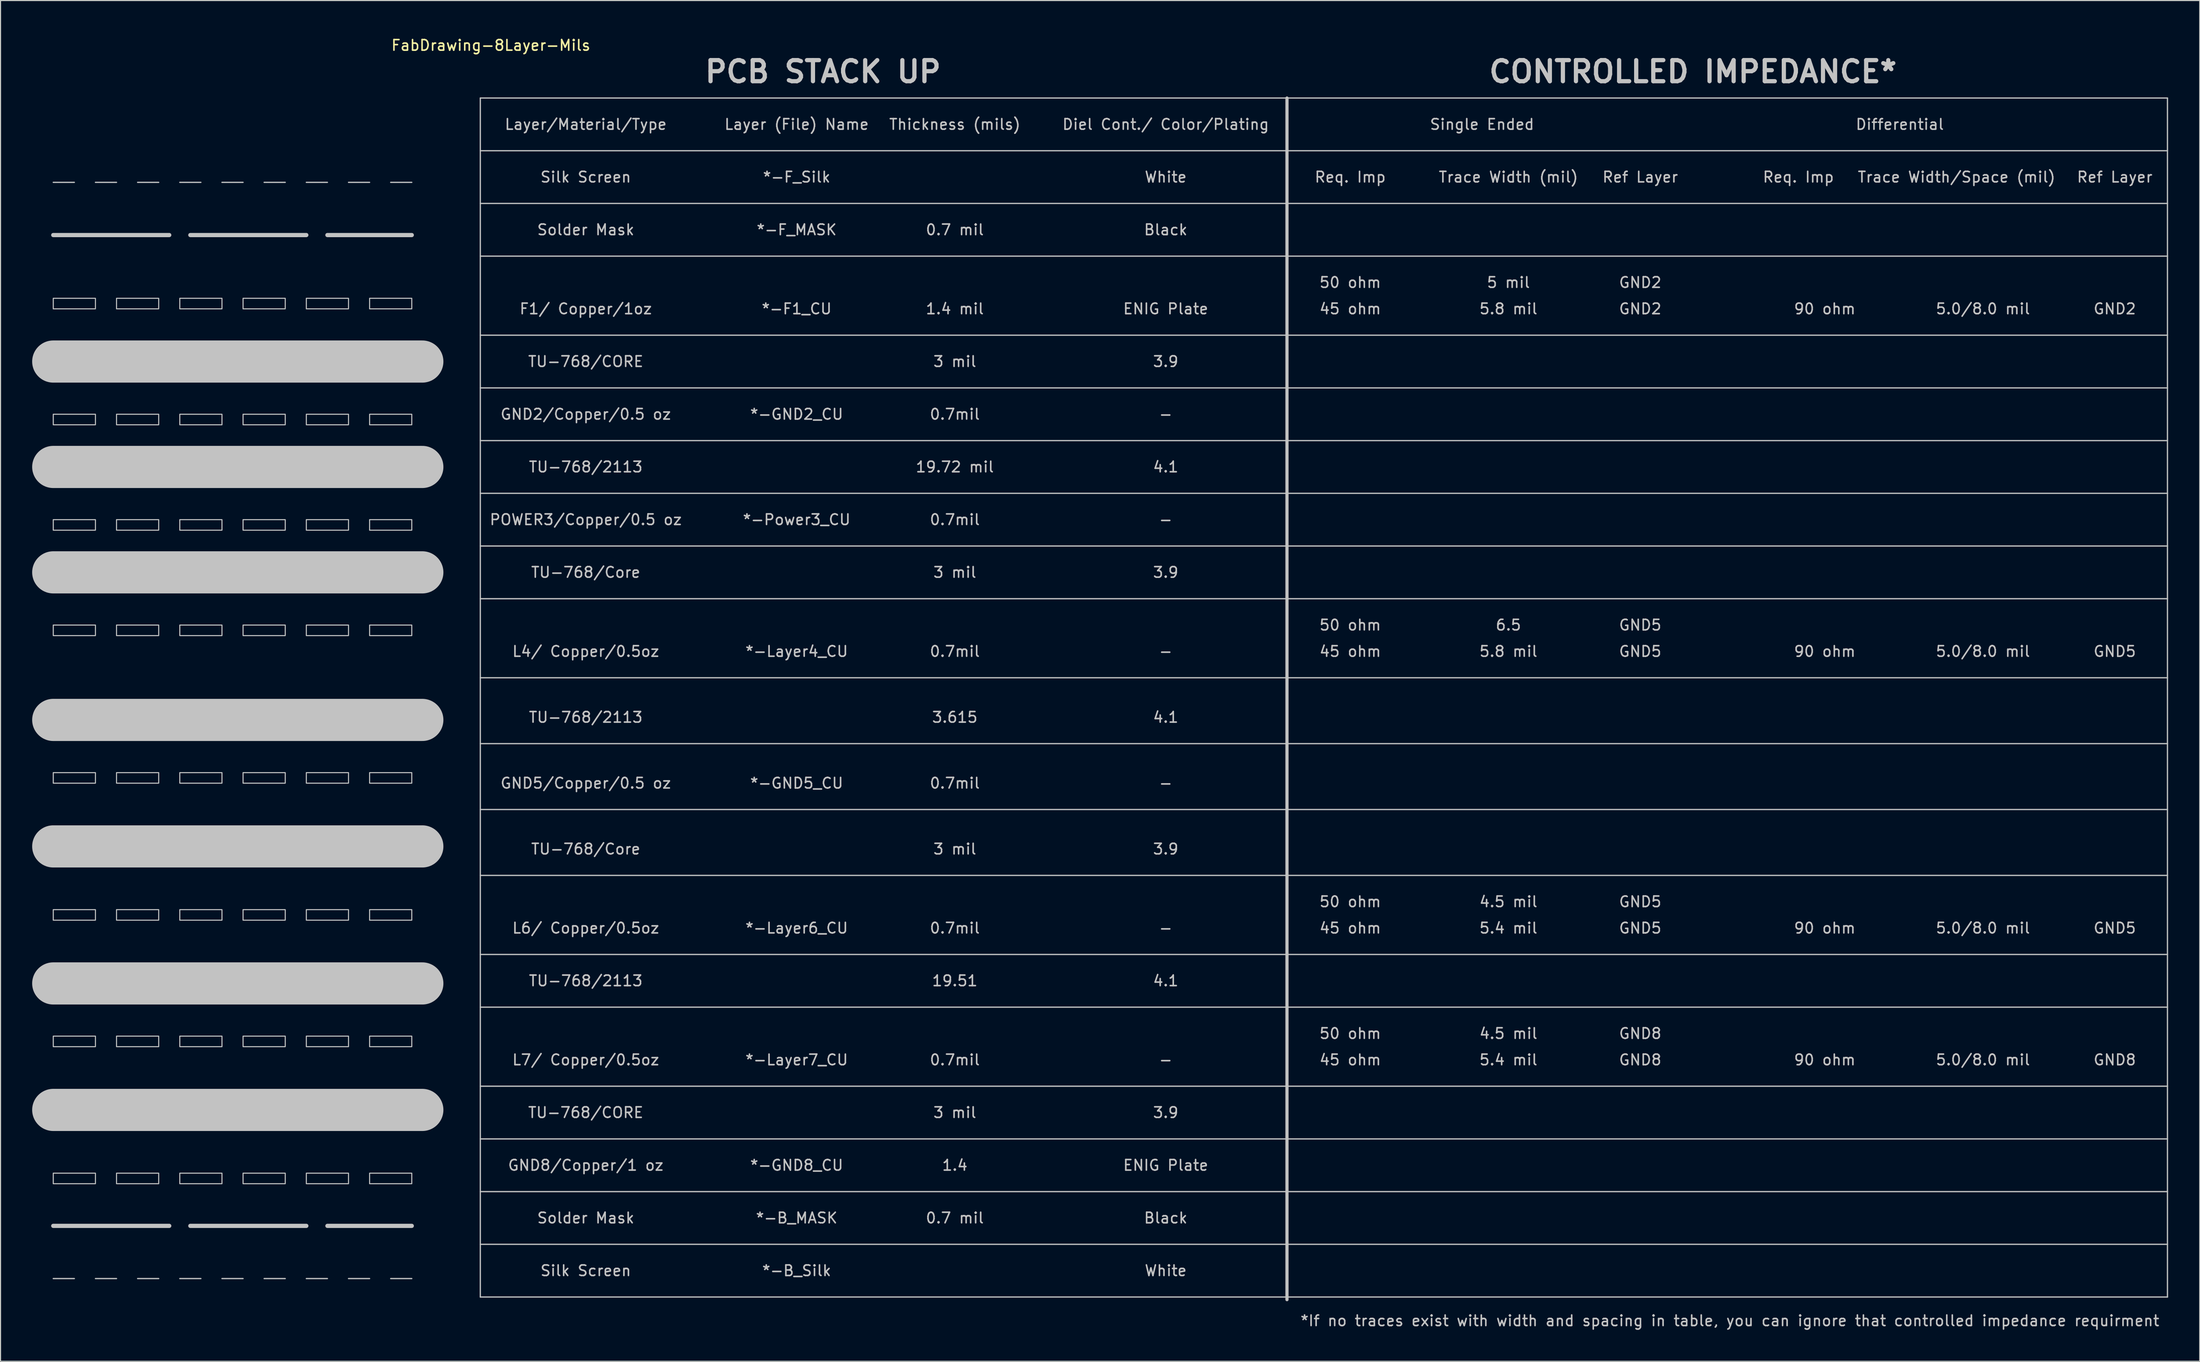
<source format=kicad_pcb>
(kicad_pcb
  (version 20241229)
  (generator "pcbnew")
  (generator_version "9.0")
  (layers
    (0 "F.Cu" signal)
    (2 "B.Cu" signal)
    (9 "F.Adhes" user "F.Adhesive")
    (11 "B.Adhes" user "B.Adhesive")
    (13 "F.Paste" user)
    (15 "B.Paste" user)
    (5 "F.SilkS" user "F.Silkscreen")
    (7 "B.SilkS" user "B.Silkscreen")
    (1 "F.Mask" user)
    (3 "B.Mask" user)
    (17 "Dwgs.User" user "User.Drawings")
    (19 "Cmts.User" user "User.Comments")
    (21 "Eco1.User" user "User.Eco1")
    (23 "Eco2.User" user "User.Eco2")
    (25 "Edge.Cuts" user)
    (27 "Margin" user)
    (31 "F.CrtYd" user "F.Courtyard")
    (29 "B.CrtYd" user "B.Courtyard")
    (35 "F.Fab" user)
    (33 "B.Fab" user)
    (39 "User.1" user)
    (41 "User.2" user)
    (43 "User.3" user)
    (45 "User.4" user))
  (footprint "FabDrawing-8Layer-Mils"
    (layer "F.Cu")
    (at 41 0.25)
    (property "Reference" "FabDrawing-8Layer-Mils" (at 2.5 1 0) (layer "F.SilkS") (effects (font (size 1 1) (thickness 0.15))))
    (attr exclude_from_pos_files exclude_from_bom)
    (fp_line (start -39 19) (end -28 19) (stroke (width 0.4) (type solid)) (layer "Dwgs.User"))
    (fp_line (start -39 113) (end -28 113) (stroke (width 0.4) (type solid)) (layer "Dwgs.User"))
    (fp_line (start -37 14) (end -39 14) (stroke (width 0.12) (type solid)) (layer "Dwgs.User"))
    (fp_line (start -37 118) (end -39 118) (stroke (width 0.12) (type solid)) (layer "Dwgs.User"))
    (fp_line (start -33 14) (end -35 14) (stroke (width 0.12) (type solid)) (layer "Dwgs.User"))
    (fp_line (start -33 118) (end -35 118) (stroke (width 0.12) (type solid)) (layer "Dwgs.User"))
    (fp_line (start -29 14) (end -31 14) (stroke (width 0.12) (type solid)) (layer "Dwgs.User"))
    (fp_line (start -29 118) (end -31 118) (stroke (width 0.12) (type solid)) (layer "Dwgs.User"))
    (fp_line (start -26 19) (end -15 19) (stroke (width 0.4) (type solid)) (layer "Dwgs.User"))
    (fp_line (start -26 113) (end -15 113) (stroke (width 0.4) (type solid)) (layer "Dwgs.User"))
    (fp_line (start -25 14) (end -27 14) (stroke (width 0.12) (type solid)) (layer "Dwgs.User"))
    (fp_line (start -25 118) (end -27 118) (stroke (width 0.12) (type solid)) (layer "Dwgs.User"))
    (fp_line (start -21 14) (end -23 14) (stroke (width 0.12) (type solid)) (layer "Dwgs.User"))
    (fp_line (start -21 118) (end -23 118) (stroke (width 0.12) (type solid)) (layer "Dwgs.User"))
    (fp_line (start -17 14) (end -19 14) (stroke (width 0.12) (type solid)) (layer "Dwgs.User"))
    (fp_line (start -17 118) (end -19 118) (stroke (width 0.12) (type solid)) (layer "Dwgs.User"))
    (fp_line (start -13 14) (end -15 14) (stroke (width 0.12) (type solid)) (layer "Dwgs.User"))
    (fp_line (start -13 19) (end -5 19) (stroke (width 0.4) (type solid)) (layer "Dwgs.User"))
    (fp_line (start -13 113) (end -5 113) (stroke (width 0.4) (type solid)) (layer "Dwgs.User"))
    (fp_line (start -13 118) (end -15 118) (stroke (width 0.12) (type solid)) (layer "Dwgs.User"))
    (fp_line (start -9 14) (end -11 14) (stroke (width 0.12) (type solid)) (layer "Dwgs.User"))
    (fp_line (start -9 118) (end -11 118) (stroke (width 0.12) (type solid)) (layer "Dwgs.User"))
    (fp_line (start -5 14) (end -7 14) (stroke (width 0.12) (type solid)) (layer "Dwgs.User"))
    (fp_line (start -5 118) (end -7 118) (stroke (width 0.12) (type solid)) (layer "Dwgs.User"))
    (fp_line (start -4 31) (end -39 31) (stroke (width 4) (type solid)) (layer "Dwgs.User"))
    (fp_line (start -4 41) (end -39 41) (stroke (width 4) (type solid)) (layer "Dwgs.User"))
    (fp_line (start -4 51) (end -39 51) (stroke (width 4) (type solid)) (layer "Dwgs.User"))
    (fp_line (start -4 65) (end -39 65) (stroke (width 4) (type solid)) (layer "Dwgs.User"))
    (fp_line (start -4 77) (end -39 77) (stroke (width 4) (type solid)) (layer "Dwgs.User"))
    (fp_line (start -4 90) (end -39 90) (stroke (width 4) (type solid)) (layer "Dwgs.User"))
    (fp_line (start -4 102) (end -39 102) (stroke (width 4) (type solid)) (layer "Dwgs.User"))
    (fp_line (start 1.5 6) (end 1.5 119.75) (stroke (width 0.12) (type solid)) (layer "Dwgs.User"))
    (fp_line (start 1.5 6) (end 161.5 6) (stroke (width 0.12) (type solid)) (layer "Dwgs.User"))
    (fp_line (start 1.5 11) (end 161.5 11) (stroke (width 0.12) (type solid)) (layer "Dwgs.User"))
    (fp_line (start 1.5 16) (end 161.5 16) (stroke (width 0.12) (type solid)) (layer "Dwgs.User"))
    (fp_line (start 1.5 21) (end 161.5 21) (stroke (width 0.12) (type solid)) (layer "Dwgs.User"))
    (fp_line (start 1.5 28.5) (end 161.5 28.5) (stroke (width 0.12) (type solid)) (layer "Dwgs.User"))
    (fp_line (start 1.5 33.5) (end 161.5 33.5) (stroke (width 0.12) (type solid)) (layer "Dwgs.User"))
    (fp_line (start 1.5 38.5) (end 161.5 38.5) (stroke (width 0.12) (type solid)) (layer "Dwgs.User"))
    (fp_line (start 1.5 43.5) (end 161.5 43.5) (stroke (width 0.12) (type solid)) (layer "Dwgs.User"))
    (fp_line (start 1.5 48.5) (end 161.5 48.5) (stroke (width 0.12) (type solid)) (layer "Dwgs.User"))
    (fp_line (start 1.5 53.5) (end 161.5 53.5) (stroke (width 0.12) (type solid)) (layer "Dwgs.User"))
    (fp_line (start 1.5 61) (end 161.5 61) (stroke (width 0.12) (type solid)) (layer "Dwgs.User"))
    (fp_line (start 1.5 67.25) (end 161.5 67.25) (stroke (width 0.12) (type solid)) (layer "Dwgs.User"))
    (fp_line (start 1.5 73.5) (end 161.5 73.5) (stroke (width 0.12) (type solid)) (layer "Dwgs.User"))
    (fp_line (start 1.5 79.75) (end 161.5 79.75) (stroke (width 0.12) (type solid)) (layer "Dwgs.User"))
    (fp_line (start 1.5 87.25) (end 161.5 87.25) (stroke (width 0.12) (type solid)) (layer "Dwgs.User"))
    (fp_line (start 1.5 92.25) (end 161.5 92.25) (stroke (width 0.12) (type solid)) (layer "Dwgs.User"))
    (fp_line (start 1.5 99.75) (end 161.5 99.75) (stroke (width 0.12) (type solid)) (layer "Dwgs.User"))
    (fp_line (start 1.5 104.75) (end 161.5 104.75) (stroke (width 0.12) (type solid)) (layer "Dwgs.User"))
    (fp_line (start 1.5 109.75) (end 161.5 109.75) (stroke (width 0.12) (type solid)) (layer "Dwgs.User"))
    (fp_line (start 1.5 114.75) (end 161.5 114.75) (stroke (width 0.12) (type solid)) (layer "Dwgs.User"))
    (fp_line (start 1.5 119.75) (end 161.5 119.75) (stroke (width 0.12) (type solid)) (layer "Dwgs.User"))
    (fp_line (start 78 6) (end 78 120) (stroke (width 0.3) (type solid)) (layer "Dwgs.User"))
    (fp_line (start 161.5 6) (end 161.5 119.75) (stroke (width 0.12) (type solid)) (layer "Dwgs.User"))
    (fp_poly (pts (xy -35 26) (xy -39 26) (xy -39 25) (xy -35 25)) (stroke (width 0.1) (type solid)) (fill no) (layer "Dwgs.User"))
    (fp_poly (pts (xy -35 37) (xy -39 37) (xy -39 36) (xy -35 36)) (stroke (width 0.1) (type solid)) (fill no) (layer "Dwgs.User"))
    (fp_poly (pts (xy -35 47) (xy -39 47) (xy -39 46) (xy -35 46)) (stroke (width 0.1) (type solid)) (fill no) (layer "Dwgs.User"))
    (fp_poly (pts (xy -35 57) (xy -39 57) (xy -39 56) (xy -35 56)) (stroke (width 0.1) (type solid)) (fill no) (layer "Dwgs.User"))
    (fp_poly (pts (xy -35 71) (xy -39 71) (xy -39 70) (xy -35 70)) (stroke (width 0.1) (type solid)) (fill no) (layer "Dwgs.User"))
    (fp_poly (pts (xy -35 84) (xy -39 84) (xy -39 83) (xy -35 83)) (stroke (width 0.1) (type solid)) (fill no) (layer "Dwgs.User"))
    (fp_poly (pts (xy -35 96) (xy -39 96) (xy -39 95) (xy -35 95)) (stroke (width 0.1) (type solid)) (fill no) (layer "Dwgs.User"))
    (fp_poly (pts (xy -35 109) (xy -39 109) (xy -39 108) (xy -35 108)) (stroke (width 0.1) (type solid)) (fill no) (layer "Dwgs.User"))
    (fp_poly (pts (xy -29 26) (xy -33 26) (xy -33 25) (xy -29 25)) (stroke (width 0.1) (type solid)) (fill no) (layer "Dwgs.User"))
    (fp_poly (pts (xy -29 37) (xy -33 37) (xy -33 36) (xy -29 36)) (stroke (width 0.1) (type solid)) (fill no) (layer "Dwgs.User"))
    (fp_poly (pts (xy -29 47) (xy -33 47) (xy -33 46) (xy -29 46)) (stroke (width 0.1) (type solid)) (fill no) (layer "Dwgs.User"))
    (fp_poly (pts (xy -29 57) (xy -33 57) (xy -33 56) (xy -29 56)) (stroke (width 0.1) (type solid)) (fill no) (layer "Dwgs.User"))
    (fp_poly (pts (xy -29 71) (xy -33 71) (xy -33 70) (xy -29 70)) (stroke (width 0.1) (type solid)) (fill no) (layer "Dwgs.User"))
    (fp_poly (pts (xy -29 84) (xy -33 84) (xy -33 83) (xy -29 83)) (stroke (width 0.1) (type solid)) (fill no) (layer "Dwgs.User"))
    (fp_poly (pts (xy -29 96) (xy -33 96) (xy -33 95) (xy -29 95)) (stroke (width 0.1) (type solid)) (fill no) (layer "Dwgs.User"))
    (fp_poly (pts (xy -29 109) (xy -33 109) (xy -33 108) (xy -29 108)) (stroke (width 0.1) (type solid)) (fill no) (layer "Dwgs.User"))
    (fp_poly (pts (xy -23 26) (xy -27 26) (xy -27 25) (xy -23 25)) (stroke (width 0.1) (type solid)) (fill no) (layer "Dwgs.User"))
    (fp_poly (pts (xy -23 37) (xy -27 37) (xy -27 36) (xy -23 36)) (stroke (width 0.1) (type solid)) (fill no) (layer "Dwgs.User"))
    (fp_poly (pts (xy -23 47) (xy -27 47) (xy -27 46) (xy -23 46)) (stroke (width 0.1) (type solid)) (fill no) (layer "Dwgs.User"))
    (fp_poly (pts (xy -23 57) (xy -27 57) (xy -27 56) (xy -23 56)) (stroke (width 0.1) (type solid)) (fill no) (layer "Dwgs.User"))
    (fp_poly (pts (xy -23 71) (xy -27 71) (xy -27 70) (xy -23 70)) (stroke (width 0.1) (type solid)) (fill no) (layer "Dwgs.User"))
    (fp_poly (pts (xy -23 84) (xy -27 84) (xy -27 83) (xy -23 83)) (stroke (width 0.1) (type solid)) (fill no) (layer "Dwgs.User"))
    (fp_poly (pts (xy -23 96) (xy -27 96) (xy -27 95) (xy -23 95)) (stroke (width 0.1) (type solid)) (fill no) (layer "Dwgs.User"))
    (fp_poly (pts (xy -23 109) (xy -27 109) (xy -27 108) (xy -23 108)) (stroke (width 0.1) (type solid)) (fill no) (layer "Dwgs.User"))
    (fp_poly (pts (xy -17 26) (xy -21 26) (xy -21 25) (xy -17 25)) (stroke (width 0.1) (type solid)) (fill no) (layer "Dwgs.User"))
    (fp_poly (pts (xy -17 37) (xy -21 37) (xy -21 36) (xy -17 36)) (stroke (width 0.1) (type solid)) (fill no) (layer "Dwgs.User"))
    (fp_poly (pts (xy -17 47) (xy -21 47) (xy -21 46) (xy -17 46)) (stroke (width 0.1) (type solid)) (fill no) (layer "Dwgs.User"))
    (fp_poly (pts (xy -17 57) (xy -21 57) (xy -21 56) (xy -17 56)) (stroke (width 0.1) (type solid)) (fill no) (layer "Dwgs.User"))
    (fp_poly (pts (xy -17 71) (xy -21 71) (xy -21 70) (xy -17 70)) (stroke (width 0.1) (type solid)) (fill no) (layer "Dwgs.User"))
    (fp_poly (pts (xy -17 84) (xy -21 84) (xy -21 83) (xy -17 83)) (stroke (width 0.1) (type solid)) (fill no) (layer "Dwgs.User"))
    (fp_poly (pts (xy -17 96) (xy -21 96) (xy -21 95) (xy -17 95)) (stroke (width 0.1) (type solid)) (fill no) (layer "Dwgs.User"))
    (fp_poly (pts (xy -17 109) (xy -21 109) (xy -21 108) (xy -17 108)) (stroke (width 0.1) (type solid)) (fill no) (layer "Dwgs.User"))
    (fp_poly (pts (xy -11 26) (xy -15 26) (xy -15 25) (xy -11 25)) (stroke (width 0.1) (type solid)) (fill no) (layer "Dwgs.User"))
    (fp_poly (pts (xy -11 37) (xy -15 37) (xy -15 36) (xy -11 36)) (stroke (width 0.1) (type solid)) (fill no) (layer "Dwgs.User"))
    (fp_poly (pts (xy -11 47) (xy -15 47) (xy -15 46) (xy -11 46)) (stroke (width 0.1) (type solid)) (fill no) (layer "Dwgs.User"))
    (fp_poly (pts (xy -11 57) (xy -15 57) (xy -15 56) (xy -11 56)) (stroke (width 0.1) (type solid)) (fill no) (layer "Dwgs.User"))
    (fp_poly (pts (xy -11 71) (xy -15 71) (xy -15 70) (xy -11 70)) (stroke (width 0.1) (type solid)) (fill no) (layer "Dwgs.User"))
    (fp_poly (pts (xy -11 84) (xy -15 84) (xy -15 83) (xy -11 83)) (stroke (width 0.1) (type solid)) (fill no) (layer "Dwgs.User"))
    (fp_poly (pts (xy -11 96) (xy -15 96) (xy -15 95) (xy -11 95)) (stroke (width 0.1) (type solid)) (fill no) (layer "Dwgs.User"))
    (fp_poly (pts (xy -11 109) (xy -15 109) (xy -15 108) (xy -11 108)) (stroke (width 0.1) (type solid)) (fill no) (layer "Dwgs.User"))
    (fp_poly (pts (xy -5 26) (xy -9 26) (xy -9 25) (xy -5 25)) (stroke (width 0.1) (type solid)) (fill no) (layer "Dwgs.User"))
    (fp_poly (pts (xy -5 37) (xy -9 37) (xy -9 36) (xy -5 36)) (stroke (width 0.1) (type solid)) (fill no) (layer "Dwgs.User"))
    (fp_poly (pts (xy -5 47) (xy -9 47) (xy -9 46) (xy -5 46)) (stroke (width 0.1) (type solid)) (fill no) (layer "Dwgs.User"))
    (fp_poly (pts (xy -5 57) (xy -9 57) (xy -9 56) (xy -5 56)) (stroke (width 0.1) (type solid)) (fill no) (layer "Dwgs.User"))
    (fp_poly (pts (xy -5 71) (xy -9 71) (xy -9 70) (xy -5 70)) (stroke (width 0.1) (type solid)) (fill no) (layer "Dwgs.User"))
    (fp_poly (pts (xy -5 84) (xy -9 84) (xy -9 83) (xy -5 83)) (stroke (width 0.1) (type solid)) (fill no) (layer "Dwgs.User"))
    (fp_poly (pts (xy -5 96) (xy -9 96) (xy -9 95) (xy -5 95)) (stroke (width 0.1) (type solid)) (fill no) (layer "Dwgs.User"))
    (fp_poly (pts (xy -5 109) (xy -9 109) (xy -9 108) (xy -5 108)) (stroke (width 0.1) (type solid)) (fill no) (layer "Dwgs.User"))
    (fp_text user "Silk Screen" (at 11.5 13.5 0) (layer "Dwgs.User") (effects (font (size 1 1) (thickness 0.15))))
    (fp_text user "0.7mil" (at 46.5 71 0) (layer "Dwgs.User") (effects (font (size 1 1) (thickness 0.15))))
    (fp_text user "*If no traces exist with width and spacing in table, you can ignore that controlled impedance requirment" (at 120 122 0) (layer "Dwgs.User") (effects (font (size 1 1) (thickness 0.15))))
    (fp_text user "Layer/Material/Type" (at 11.5 8.5 0) (layer "Dwgs.User") (effects (font (size 1 1) (thickness 0.15))))
    (fp_text user "Solder Mask" (at 11.5 112.25 0) (layer "Dwgs.User") (effects (font (size 1 1) (thickness 0.15))))
    (fp_text user "Trace Width/Space (mil)" (at 141.5 13.5 0) (layer "Dwgs.User") (effects (font (size 1 1) (thickness 0.15))))
    (fp_text user "45 ohm" (at 84 84.75 0) (layer "Dwgs.User") (effects (font (size 1 1) (thickness 0.15))))
    (fp_text user "Ref Layer" (at 156.5 13.5 0) (layer "Dwgs.User") (effects (font (size 1 1) (thickness 0.15))))
    (fp_text user "*-Power3_CU" (at 31.5 46 0) (layer "Dwgs.User") (effects (font (size 1 1) (thickness 0.15))))
    (fp_text user "GND8" (at 111.5 94.75 0) (layer "Dwgs.User") (effects (font (size 1 1) (thickness 0.15))))
    (fp_text user "3 mil" (at 46.5 77.25 0) (layer "Dwgs.User") (effects (font (size 1 1) (thickness 0.15))))
    (fp_text user "Differential " (at 136.5 8.5 0) (layer "Dwgs.User") (effects (font (size 1 1) (thickness 0.15))))
    (fp_text user "Layer (File) Name" (at 31.5 8.5 0) (layer "Dwgs.User") (effects (font (size 1 1) (thickness 0.15))))
    (fp_text user "*-B_MASK" (at 31.5 112.25 0) (layer "Dwgs.User") (effects (font (size 1 1) (thickness 0.15))))
    (fp_text user "GND2" (at 111.5 23.5 0) (layer "Dwgs.User") (effects (font (size 1 1) (thickness 0.15))))
    (fp_text user "GND2" (at 111.5 26 0) (layer "Dwgs.User") (effects (font (size 1 1) (thickness 0.15))))
    (fp_text user "90 ohm" (at 129 84.75 0) (layer "Dwgs.User") (effects (font (size 1 1) (thickness 0.15))))
    (fp_text user "0.7mil" (at 46.5 97.25 0) (layer "Dwgs.User") (effects (font (size 1 1) (thickness 0.15))))
    (fp_text user "4.1" (at 66.5 41 0) (layer "Dwgs.User") (effects (font (size 1 1) (thickness 0.15))))
    (fp_text user "Req. Imp" (at 126.5 13.5 0) (layer "Dwgs.User") (effects (font (size 1 1) (thickness 0.15))))
    (fp_text user "-" (at 66.5 46 0) (layer "Dwgs.User") (effects (font (size 1 1) (thickness 0.15))))
    (fp_text user "TU-768/2113" (at 11.5 41 0) (layer "Dwgs.User") (effects (font (size 1 1) (thickness 0.15))))
    (fp_text user "Silk Screen" (at 11.5 117.25 0) (layer "Dwgs.User") (effects (font (size 1 1) (thickness 0.15))))
    (fp_text user "White" (at 66.5 117.25 0) (layer "Dwgs.User") (effects (font (size 1 1) (thickness 0.15))))
    (fp_text user "L6/ Copper/0.5oz" (at 11.5 84.75 0) (layer "Dwgs.User") (effects (font (size 1 1) (thickness 0.15))))
    (fp_text user "4.5 mil" (at 99 94.75 0) (layer "Dwgs.User") (effects (font (size 1 1) (thickness 0.15))))
    (fp_text user "GND5" (at 111.5 58.5 0) (layer "Dwgs.User") (effects (font (size 1 1) (thickness 0.15))))
    (fp_text user "L4/ Copper/0.5oz" (at 11.5 58.5 0) (layer "Dwgs.User") (effects (font (size 1 1) (thickness 0.15))))
    (fp_text user "50 ohm" (at 84 94.75 0) (layer "Dwgs.User") (effects (font (size 1 1) (thickness 0.15))))
    (fp_text user "CONTROLLED IMPEDANCE*" (at 116.5 3.5 0) (layer "Dwgs.User") (effects (font (size 2 2) (thickness 0.4))))
    (fp_text user "19.51" (at 46.5 89.75 0) (layer "Dwgs.User") (effects (font (size 1 1) (thickness 0.15))))
    (fp_text user "*-F_Silk" (at 31.5 13.5 0) (layer "Dwgs.User") (effects (font (size 1 1) (thickness 0.15))))
    (fp_text user "3 mil" (at 46.5 31 0) (layer "Dwgs.User") (effects (font (size 1 1) (thickness 0.15))))
    (fp_text user "5.0/8.0 mil" (at 144 26 0) (layer "Dwgs.User") (effects (font (size 1 1) (thickness 0.15))))
    (fp_text user "GND5" (at 111.5 82.25 0) (layer "Dwgs.User") (effects (font (size 1 1) (thickness 0.15))))
    (fp_text user "Ref Layer" (at 111.5 13.5 0) (layer "Dwgs.User") (effects (font (size 1 1) (thickness 0.15))))
    (fp_text user "Black" (at 66.5 18.5 0) (layer "Dwgs.User") (effects (font (size 1 1) (thickness 0.15))))
    (fp_text user "3 mil" (at 46.5 51 0) (layer "Dwgs.User") (effects (font (size 1 1) (thickness 0.15))))
    (fp_text user "TU-768/CORE" (at 11.5 31 0) (layer "Dwgs.User") (effects (font (size 1 1) (thickness 0.15))))
    (fp_text user "4.1" (at 66.5 89.75 0) (layer "Dwgs.User") (effects (font (size 1 1) (thickness 0.15))))
    (fp_text user "3 mil" (at 46.5 102.25 0) (layer "Dwgs.User") (effects (font (size 1 1) (thickness 0.15))))
    (fp_text user "POWER3/Copper/0.5 oz" (at 11.5 46 0) (layer "Dwgs.User") (effects (font (size 1 1) (thickness 0.15))))
    (fp_text user "GND5" (at 156.5 58.5 0) (layer "Dwgs.User") (effects (font (size 1 1) (thickness 0.15))))
    (fp_text user "GND5/Copper/0.5 oz" (at 11.5 71 0) (layer "Dwgs.User") (effects (font (size 1 1) (thickness 0.15))))
    (fp_text user "*-F1_CU" (at 31.5 26 0) (layer "Dwgs.User") (effects (font (size 1 1) (thickness 0.15))))
    (fp_text user "5 mil" (at 99 23.5 0) (layer "Dwgs.User") (effects (font (size 1 1) (thickness 0.15))))
    (fp_text user "5.8 mil" (at 99 26 0) (layer "Dwgs.User") (effects (font (size 1 1) (thickness 0.15))))
    (fp_text user "-" (at 66.5 36 0) (layer "Dwgs.User") (effects (font (size 1 1) (thickness 0.15))))
    (fp_text user "-" (at 66.5 97.25 0) (layer "Dwgs.User") (effects (font (size 1 1) (thickness 0.15))))
    (fp_text user "Solder Mask" (at 11.5 18.5 0) (layer "Dwgs.User") (effects (font (size 1 1) (thickness 0.15))))
    (fp_text user "5.0/8.0 mil" (at 144 84.75 0) (layer "Dwgs.User") (effects (font (size 1 1) (thickness 0.15))))
    (fp_text user "3.9" (at 66.5 102.25 0) (layer "Dwgs.User") (effects (font (size 1 1) (thickness 0.15))))
    (fp_text user "*-F_MASK" (at 31.5 18.5 0) (layer "Dwgs.User") (effects (font (size 1 1) (thickness 0.15))))
    (fp_text user "6.5" (at 99 56 0) (layer "Dwgs.User") (effects (font (size 1 1) (thickness 0.15))))
    (fp_text user "ENIG Plate" (at 66.5 107.25 0) (layer "Dwgs.User") (effects (font (size 1 1) (thickness 0.15))))
    (fp_text user "0.7mil" (at 46.5 36 0) (layer "Dwgs.User") (effects (font (size 1 1) (thickness 0.15))))
    (fp_text user "ENIG Plate" (at 66.5 26 0) (layer "Dwgs.User") (effects (font (size 1 1) (thickness 0.15))))
    (fp_text user "GND5" (at 111.5 84.75 0) (layer "Dwgs.User") (effects (font (size 1 1) (thickness 0.15))))
    (fp_text user "GND2" (at 156.5 26 0) (layer "Dwgs.User") (effects (font (size 1 1) (thickness 0.15))))
    (fp_text user "3.9" (at 66.5 77.25 0) (layer "Dwgs.User") (effects (font (size 1 1) (thickness 0.15))))
    (fp_text user "GND8" (at 111.5 97.25 0) (layer "Dwgs.User") (effects (font (size 1 1) (thickness 0.15))))
    (fp_text user "TU-768/2113" (at 11.5 64.75 0) (layer "Dwgs.User") (effects (font (size 1 1) (thickness 0.15))))
    (fp_text user "90 ohm" (at 129 26 0) (layer "Dwgs.User") (effects (font (size 1 1) (thickness 0.15))))
    (fp_text user "GND8/Copper/1 oz" (at 11.5 107.25 0) (layer "Dwgs.User") (effects (font (size 1 1) (thickness 0.15))))
    (fp_text user "0.7mil" (at 46.5 84.75 0) (layer "Dwgs.User") (effects (font (size 1 1) (thickness 0.15))))
    (fp_text user "TU-768/CORE" (at 11.5 102.25 0) (layer "Dwgs.User") (effects (font (size 1 1) (thickness 0.15))))
    (fp_text user "5.0/8.0 mil" (at 144 97.25 0) (layer "Dwgs.User") (effects (font (size 1 1) (thickness 0.15))))
    (fp_text user "TU-768/Core" (at 11.5 77.25 0) (layer "Dwgs.User") (effects (font (size 1 1) (thickness 0.15))))
    (fp_text user "0.7 mil" (at 46.5 112.25 0) (layer "Dwgs.User") (effects (font (size 1 1) (thickness 0.15))))
    (fp_text user "*-Layer7_CU" (at 31.5 97.25 0) (layer "Dwgs.User") (effects (font (size 1 1) (thickness 0.15))))
    (fp_text user "3.9" (at 66.5 51 0) (layer "Dwgs.User") (effects (font (size 1 1) (thickness 0.15))))
    (fp_text user "45 ohm" (at 84 26 0) (layer "Dwgs.User") (effects (font (size 1 1) (thickness 0.15))))
    (fp_text user "0.7 mil" (at 46.5 18.5 0) (layer "Dwgs.User") (effects (font (size 1 1) (thickness 0.15))))
    (fp_text user "1.4" (at 46.5 107.25 0) (layer "Dwgs.User") (effects (font (size 1 1) (thickness 0.15))))
    (fp_text user "3.9" (at 66.5 31 0) (layer "Dwgs.User") (effects (font (size 1 1) (thickness 0.15))))
    (fp_text user "45 ohm" (at 84 58.5 0) (layer "Dwgs.User") (effects (font (size 1 1) (thickness 0.15))))
    (fp_text user "3.615" (at 46.5 64.75 0) (layer "Dwgs.User") (effects (font (size 1 1) (thickness 0.15))))
    (fp_text user "*-GND8_CU" (at 31.5 107.25 0) (layer "Dwgs.User") (effects (font (size 1 1) (thickness 0.15))))
    (fp_text user "GND5" (at 156.5 84.75 0) (layer "Dwgs.User") (effects (font (size 1 1) (thickness 0.15))))
    (fp_text user "*-B_Silk" (at 31.5 117.25 0) (layer "Dwgs.User") (effects (font (size 1 1) (thickness 0.15))))
    (fp_text user "5.4 mil" (at 99 84.75 0) (layer "Dwgs.User") (effects (font (size 1 1) (thickness 0.15))))
    (fp_text user "White" (at 66.5 13.5 0) (layer "Dwgs.User") (effects (font (size 1 1) (thickness 0.15))))
    (fp_text user "Diel Cont./ Color/Plating" (at 66.5 8.5 0) (layer "Dwgs.User") (effects (font (size 1 1) (thickness 0.15))))
    (fp_text user "1.4 mil" (at 46.5 26 0) (layer "Dwgs.User") (effects (font (size 1 1) (thickness 0.15))))
    (fp_text user "*-GND5_CU" (at 31.5 71 0) (layer "Dwgs.User") (effects (font (size 1 1) (thickness 0.15))))
    (fp_text user "*-GND2_CU" (at 31.5 36 0) (layer "Dwgs.User") (effects (font (size 1 1) (thickness 0.15))))
    (fp_text user "*-Layer4_CU" (at 31.5 58.5 0) (layer "Dwgs.User") (effects (font (size 1 1) (thickness 0.15))))
    (fp_text user "-" (at 66.5 58.5 0) (layer "Dwgs.User") (effects (font (size 1 1) (thickness 0.15))))
    (fp_text user "Thickness (mils)" (at 46.5 8.5 0) (layer "Dwgs.User") (effects (font (size 1 1) (thickness 0.15))))
    (fp_text user "90 ohm" (at 129 58.5 0) (layer "Dwgs.User") (effects (font (size 1 1) (thickness 0.15))))
    (fp_text user "-" (at 66.5 84.75 0) (layer "Dwgs.User") (effects (font (size 1 1) (thickness 0.15))))
    (fp_text user "GND2/Copper/0.5 oz" (at 11.5 36 0) (layer "Dwgs.User") (effects (font (size 1 1) (thickness 0.15))))
    (fp_text user "GND8" (at 156.5 97.25 0) (layer "Dwgs.User") (effects (font (size 1 1) (thickness 0.15))))
    (fp_text user "Req. Imp" (at 84 13.5 0) (layer "Dwgs.User") (effects (font (size 1 1) (thickness 0.15))))
    (fp_text user "19.72 mil" (at 46.5 41 0) (layer "Dwgs.User") (effects (font (size 1 1) (thickness 0.15))))
    (fp_text user "50 ohm" (at 84 23.5 0) (layer "Dwgs.User") (effects (font (size 1 1) (thickness 0.15))))
    (fp_text user "50 ohm" (at 84 56 0) (layer "Dwgs.User") (effects (font (size 1 1) (thickness 0.15))))
    (fp_text user "*-Layer6_CU" (at 31.5 84.75 0) (layer "Dwgs.User") (effects (font (size 1 1) (thickness 0.15))))
    (fp_text user "4.1" (at 66.5 64.75 0) (layer "Dwgs.User") (effects (font (size 1 1) (thickness 0.15))))
    (fp_text user "F1/ Copper/1oz" (at 11.5 26 0) (layer "Dwgs.User") (effects (font (size 1 1) (thickness 0.15))))
    (fp_text user "45 ohm" (at 84 97.25 0) (layer "Dwgs.User") (effects (font (size 1 1) (thickness 0.15))))
    (fp_text user "TU-768/2113" (at 11.5 89.75 0) (layer "Dwgs.User") (effects (font (size 1 1) (thickness 0.15))))
    (fp_text user "Black" (at 66.5 112.25 0) (layer "Dwgs.User") (effects (font (size 1 1) (thickness 0.15))))
    (fp_text user "-" (at 66.5 71 0) (layer "Dwgs.User") (effects (font (size 1 1) (thickness 0.15))))
    (fp_text user "Trace Width (mil)" (at 99 13.5 0) (layer "Dwgs.User") (effects (font (size 1 1) (thickness 0.15))))
    (fp_text user "0.7mil" (at 46.5 58.5 0) (layer "Dwgs.User") (effects (font (size 1 1) (thickness 0.15))))
    (fp_text user "GND5" (at 111.5 56 0) (layer "Dwgs.User") (effects (font (size 1 1) (thickness 0.15))))
    (fp_text user "PCB STACK UP" (at 34 3.5 0) (layer "Dwgs.User") (effects (font (size 2 2) (thickness 0.4))))
    (fp_text user "5.8 mil" (at 99 58.5 0) (layer "Dwgs.User") (effects (font (size 1 1) (thickness 0.15))))
    (fp_text user "0.7mil" (at 46.5 46 0) (layer "Dwgs.User") (effects (font (size 1 1) (thickness 0.15))))
    (fp_text user "90 ohm" (at 129 97.25 0) (layer "Dwgs.User") (effects (font (size 1 1) (thickness 0.15))))
    (fp_text user "TU-768/Core" (at 11.5 51 0) (layer "Dwgs.User") (effects (font (size 1 1) (thickness 0.15))))
    (fp_text user "5.4 mil" (at 99 97.25 0) (layer "Dwgs.User") (effects (font (size 1 1) (thickness 0.15))))
    (fp_text user "Single Ended" (at 96.5 8.5 0) (layer "Dwgs.User") (effects (font (size 1 1) (thickness 0.15))))
    (fp_text user "50 ohm" (at 84 82.25 0) (layer "Dwgs.User") (effects (font (size 1 1) (thickness 0.15))))
    (fp_text user "5.0/8.0 mil" (at 144 58.5 0) (layer "Dwgs.User") (effects (font (size 1 1) (thickness 0.15))))
    (fp_text user "4.5 mil" (at 99 82.25 0) (layer "Dwgs.User") (effects (font (size 1 1) (thickness 0.15))))
    (fp_text user "L7/ Copper/0.5oz" (at 11.5 97.25 0) (layer "Dwgs.User") (effects (font (size 1 1) (thickness 0.15)))))
  (gr_rect
    (start -3 -3)
    (end 205.56 126.098)
    (stroke (width 0.1) (type default))
    (fill no)
    (layer "Edge.Cuts")))
</source>
